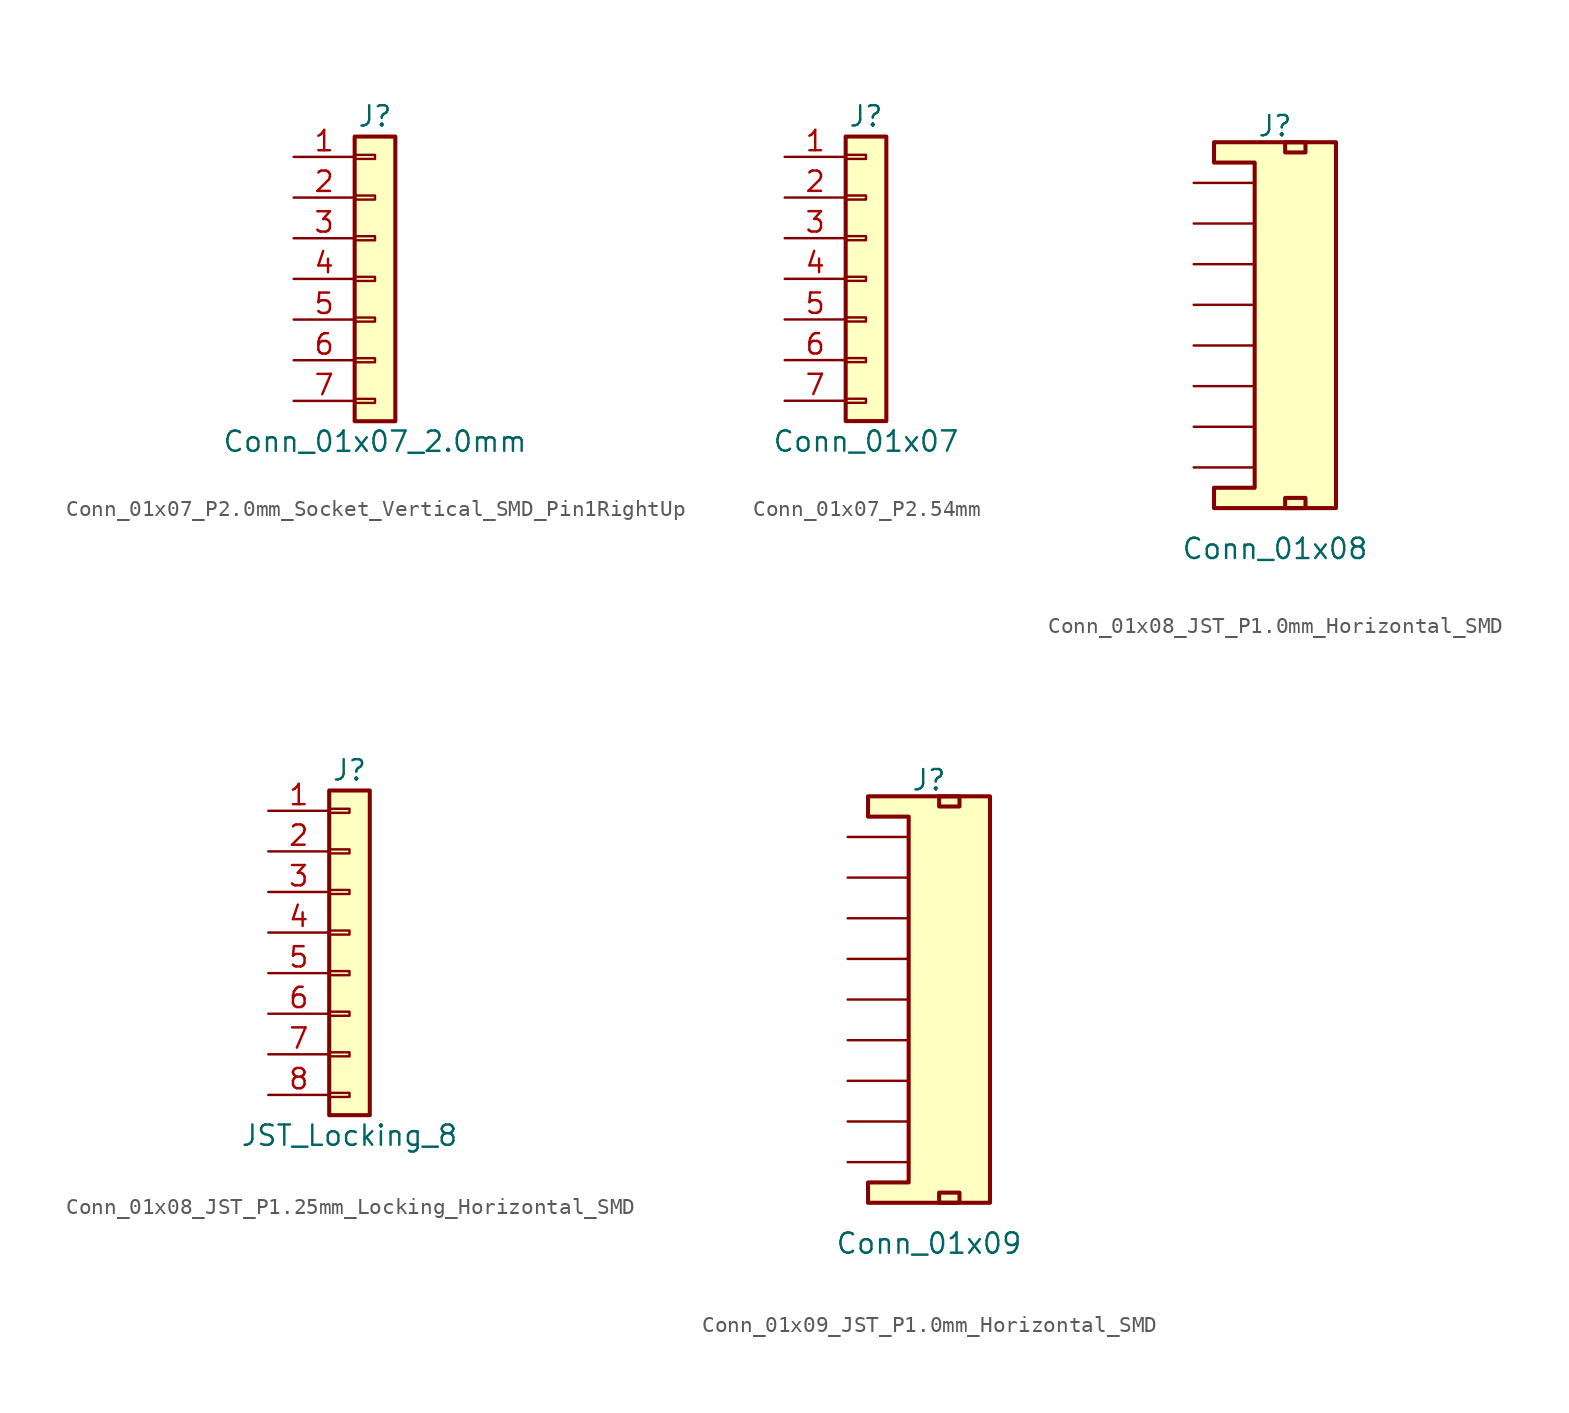
<source format=kicad_sym>
(kicad_symbol_lib
  (version 20241209)
  (generator "kicad_symbol_editor")
  (generator_version "9.0")
  (symbol "Conn_01x07_P2.0mm_Socket_Vertical_SMD_Pin1RightUp"
    (pin_names
      (offset 1.016)
      (hide yes))
    (property "Reference" "J"
      (at 0 10.16 0)
      (effects (font (size 1.27 1.27))))
    (property "Value" "Conn_01x07_2.0mm"
      (at 0 -10.16 0)
      (effects (font (size 1.27 1.27))))
    (symbol "Conn_01x07_P2.0mm_Socket_Vertical_SMD_Pin1RightUp_1_1"
      (rectangle (start -1.27 8.89) (end 1.27 -8.89) (stroke (width 0.254) (type default)) (fill (type background)))
      (rectangle (start -1.27 7.747) (end 0 7.493) (stroke (width 0.152) (type default)) (fill (type none)))
      (rectangle (start -1.27 5.207) (end 0 4.953) (stroke (width 0.152) (type default)) (fill (type none)))
      (rectangle (start -1.27 2.667) (end 0 2.413) (stroke (width 0.152) (type default)) (fill (type none)))
      (rectangle (start -1.27 0.127) (end 0 -0.127) (stroke (width 0.152) (type default)) (fill (type none)))
      (rectangle (start -1.27 -2.413) (end 0 -2.667) (stroke (width 0.152) (type default)) (fill (type none)))
      (rectangle (start -1.27 -4.953) (end 0 -5.207) (stroke (width 0.152) (type default)) (fill (type none)))
      (rectangle (start -1.27 -7.493) (end 0 -7.747) (stroke (width 0.152) (type default)) (fill (type none)))
      (pin passive line (at -5.08 7.62 0) (length 3.81) (name "Pin_1" (effects (font (size 1.27 1.27)))) (number "1" (effects (font (size 1.27 1.27)))))
      (pin passive line (at -5.08 5.08 0) (length 3.81) (name "Pin_2" (effects (font (size 1.27 1.27)))) (number "2" (effects (font (size 1.27 1.27)))))
      (pin passive line (at -5.08 2.54 0) (length 3.81) (name "Pin_3" (effects (font (size 1.27 1.27)))) (number "3" (effects (font (size 1.27 1.27)))))
      (pin passive line (at -5.08 0 0) (length 3.81) (name "Pin_4" (effects (font (size 1.27 1.27)))) (number "4" (effects (font (size 1.27 1.27)))))
      (pin passive line (at -5.08 -2.54 0) (length 3.81) (name "Pin_5" (effects (font (size 1.27 1.27)))) (number "5" (effects (font (size 1.27 1.27)))))
      (pin passive line (at -5.08 -5.08 0) (length 3.81) (name "Pin_6" (effects (font (size 1.27 1.27)))) (number "6" (effects (font (size 1.27 1.27)))))
      (pin passive line (at -5.08 -7.62 0) (length 3.81) (name "Pin_7" (effects (font (size 1.27 1.27)))) (number "7" (effects (font (size 1.27 1.27)))))))
  (symbol "Conn_01x07_P2.54mm"
    (pin_names
      (offset 1.016)
      (hide yes))
    (property "Reference" "J"
      (at 0 10.16 0)
      (effects (font (size 1.27 1.27))))
    (property "Value" "Conn_01x07"
      (at 0 -10.16 0)
      (effects (font (size 1.27 1.27))))
    (symbol "Conn_01x07_P2.54mm_1_1"
      (rectangle (start -1.27 8.89) (end 1.27 -8.89) (stroke (width 0.254) (type default)) (fill (type background)))
      (rectangle (start -1.27 7.747) (end 0 7.493) (stroke (width 0.152) (type default)) (fill (type none)))
      (rectangle (start -1.27 5.207) (end 0 4.953) (stroke (width 0.152) (type default)) (fill (type none)))
      (rectangle (start -1.27 2.667) (end 0 2.413) (stroke (width 0.152) (type default)) (fill (type none)))
      (rectangle (start -1.27 0.127) (end 0 -0.127) (stroke (width 0.152) (type default)) (fill (type none)))
      (rectangle (start -1.27 -2.413) (end 0 -2.667) (stroke (width 0.152) (type default)) (fill (type none)))
      (rectangle (start -1.27 -4.953) (end 0 -5.207) (stroke (width 0.152) (type default)) (fill (type none)))
      (rectangle (start -1.27 -7.493) (end 0 -7.747) (stroke (width 0.152) (type default)) (fill (type none)))
      (pin passive line (at -5.08 7.62 0) (length 3.81) (name "Pin_1" (effects (font (size 1.27 1.27)))) (number "1" (effects (font (size 1.27 1.27)))))
      (pin passive line (at -5.08 5.08 0) (length 3.81) (name "Pin_2" (effects (font (size 1.27 1.27)))) (number "2" (effects (font (size 1.27 1.27)))))
      (pin passive line (at -5.08 2.54 0) (length 3.81) (name "Pin_3" (effects (font (size 1.27 1.27)))) (number "3" (effects (font (size 1.27 1.27)))))
      (pin passive line (at -5.08 0 0) (length 3.81) (name "Pin_4" (effects (font (size 1.27 1.27)))) (number "4" (effects (font (size 1.27 1.27)))))
      (pin passive line (at -5.08 -2.54 0) (length 3.81) (name "Pin_5" (effects (font (size 1.27 1.27)))) (number "5" (effects (font (size 1.27 1.27)))))
      (pin passive line (at -5.08 -5.08 0) (length 3.81) (name "Pin_6" (effects (font (size 1.27 1.27)))) (number "6" (effects (font (size 1.27 1.27)))))
      (pin passive line (at -5.08 -7.62 0) (length 3.81) (name "Pin_7" (effects (font (size 1.27 1.27)))) (number "7" (effects (font (size 1.27 1.27)))))))
  (symbol "Conn_01x08_JST_P1.0mm_Horizontal_SMD"
    (pin_numbers
      (hide yes))
    (pin_names
      (offset 1.016)
      (hide yes))
    (property "Reference" "J"
      (at 0 11.176 0)
      (effects (font (size 1.27 1.27))))
    (property "Value" "Conn_01x08"
      (at 0 -15.24 0)
      (effects (font (size 1.27 1.27))))
    (symbol "Conn_01x08_JST_P1.0mm_Horizontal_SMD_1_1"
      (polyline (pts (xy -1.27 8.89) (xy -3.81 8.89) (xy -3.81 10.16) (xy 3.81 10.16) (xy 3.81 -12.7) (xy -3.81 -12.7) (xy -3.81 -11.43) (xy -1.27 -11.43) (xy -1.27 8.89)) (stroke (width 0.254) (type default)) (fill (type background)))
      (rectangle (start 0.635 10.16) (end 1.905 9.525) (stroke (width 0.254) (type default)) (fill (type none)))
      (rectangle (start 0.635 -12.065) (end 1.905 -12.7) (stroke (width 0.254) (type default)) (fill (type none)))
      (pin passive line (at -5.08 7.62 0) (length 3.81) (name "1" (effects (font (size 1.27 1.27)))) (number "1" (effects (font (size 1.27 1.27)))))
      (pin passive line (at -5.08 5.08 0) (length 3.81) (name "2" (effects (font (size 1.27 1.27)))) (number "2" (effects (font (size 1.27 1.27)))))
      (pin passive line (at -5.08 2.54 0) (length 3.81) (name "3" (effects (font (size 1.27 1.27)))) (number "3" (effects (font (size 1.27 1.27)))))
      (pin passive line (at -5.08 0 0) (length 3.81) (name "4" (effects (font (size 1.27 1.27)))) (number "4" (effects (font (size 1.27 1.27)))))
      (pin passive line (at -5.08 -2.54 0) (length 3.81) (name "5" (effects (font (size 1.27 1.27)))) (number "5" (effects (font (size 1.27 1.27)))))
      (pin passive line (at -5.08 -5.08 0) (length 3.81) (name "6" (effects (font (size 1.27 1.27)))) (number "6" (effects (font (size 1.27 1.27)))))
      (pin passive line (at -5.08 -7.62 0) (length 3.81) (name "7" (effects (font (size 1.27 1.27)))) (number "7" (effects (font (size 1.27 1.27)))))
      (pin passive line (at -5.08 -10.16 0) (length 3.81) (name "8" (effects (font (size 1.27 1.27)))) (number "8" (effects (font (size 1.27 1.27)))))))
  (symbol "Conn_01x08_JST_P1.25mm_Locking_Horizontal_SMD"
    (pin_names
      (offset 1.016)
      (hide yes))
    (property "Reference" "J"
      (at 0 10.16 0)
      (effects (font (size 1.27 1.27))))
    (property "Value" "JST_Locking_8"
      (at 0 -12.7 0)
      (effects (font (size 1.27 1.27))))
    (symbol "Conn_01x08_JST_P1.25mm_Locking_Horizontal_SMD_1_1"
      (rectangle (start -1.27 8.89) (end 1.27 -11.43) (stroke (width 0.254) (type default)) (fill (type background)))
      (rectangle (start -1.27 7.747) (end 0 7.493) (stroke (width 0.152) (type default)) (fill (type none)))
      (rectangle (start -1.27 5.207) (end 0 4.953) (stroke (width 0.152) (type default)) (fill (type none)))
      (rectangle (start -1.27 2.667) (end 0 2.413) (stroke (width 0.152) (type default)) (fill (type none)))
      (rectangle (start -1.27 0.127) (end 0 -0.127) (stroke (width 0.152) (type default)) (fill (type none)))
      (rectangle (start -1.27 -2.413) (end 0 -2.667) (stroke (width 0.152) (type default)) (fill (type none)))
      (rectangle (start -1.27 -4.953) (end 0 -5.207) (stroke (width 0.152) (type default)) (fill (type none)))
      (rectangle (start -1.27 -7.493) (end 0 -7.747) (stroke (width 0.152) (type default)) (fill (type none)))
      (rectangle (start -1.27 -10.033) (end 0 -10.287) (stroke (width 0.152) (type default)) (fill (type none)))
      (pin passive line (at -5.08 7.62 0) (length 3.81) (name "Pin_1" (effects (font (size 1.27 1.27)))) (number "1" (effects (font (size 1.27 1.27)))))
      (pin passive line (at -5.08 5.08 0) (length 3.81) (name "Pin_2" (effects (font (size 1.27 1.27)))) (number "2" (effects (font (size 1.27 1.27)))))
      (pin passive line (at -5.08 2.54 0) (length 3.81) (name "Pin_3" (effects (font (size 1.27 1.27)))) (number "3" (effects (font (size 1.27 1.27)))))
      (pin passive line (at -5.08 0 0) (length 3.81) (name "Pin_4" (effects (font (size 1.27 1.27)))) (number "4" (effects (font (size 1.27 1.27)))))
      (pin passive line (at -5.08 -2.54 0) (length 3.81) (name "Pin_5" (effects (font (size 1.27 1.27)))) (number "5" (effects (font (size 1.27 1.27)))))
      (pin passive line (at -5.08 -5.08 0) (length 3.81) (name "Pin_6" (effects (font (size 1.27 1.27)))) (number "6" (effects (font (size 1.27 1.27)))))
      (pin passive line (at -5.08 -7.62 0) (length 3.81) (name "Pin_7" (effects (font (size 1.27 1.27)))) (number "7" (effects (font (size 1.27 1.27)))))
      (pin passive line (at -5.08 -10.16 0) (length 3.81) (name "Pin_8" (effects (font (size 1.27 1.27)))) (number "8" (effects (font (size 1.27 1.27)))))
      (pin no_connect line (at 3.81 -11.43 90) (length 5.08) (hide yes) (name "NC" (effects (font (size 1.27 1.27)))) (number "NC2" (effects (font (size 1.27 1.27)))))
      (pin no_connect line (at 6.35 -11.43 90) (length 5.08) (hide yes) (name "NC" (effects (font (size 1.27 1.27)))) (number "NC1" (effects (font (size 1.27 1.27)))))))
  (symbol "Conn_01x09_JST_P1.0mm_Horizontal_SMD"
    (pin_numbers
      (hide yes))
    (pin_names
      (offset 1.016)
      (hide yes))
    (property "Reference" "J"
      (at 0 13.716 0)
      (effects (font (size 1.27 1.27))))
    (property "Value" "Conn_01x09"
      (at 0 -15.24 0)
      (effects (font (size 1.27 1.27))))
    (symbol "Conn_01x09_JST_P1.0mm_Horizontal_SMD_1_1"
      (polyline (pts (xy -1.27 11.43) (xy -3.81 11.43) (xy -3.81 12.7) (xy 3.81 12.7) (xy 3.81 -12.7) (xy -3.81 -12.7) (xy -3.81 -11.43) (xy -1.27 -11.43) (xy -1.27 11.43)) (stroke (width 0.254) (type default)) (fill (type background)))
      (rectangle (start 0.635 12.7) (end 1.905 12.065) (stroke (width 0.254) (type default)) (fill (type none)))
      (rectangle (start 0.635 -12.065) (end 1.905 -12.7) (stroke (width 0.254) (type default)) (fill (type none)))
      (pin passive line (at -5.08 10.16 0) (length 3.81) (name "1" (effects (font (size 1.27 1.27)))) (number "1" (effects (font (size 1.27 1.27)))))
      (pin passive line (at -5.08 7.62 0) (length 3.81) (name "2" (effects (font (size 1.27 1.27)))) (number "2" (effects (font (size 1.27 1.27)))))
      (pin passive line (at -5.08 5.08 0) (length 3.81) (name "3" (effects (font (size 1.27 1.27)))) (number "3" (effects (font (size 1.27 1.27)))))
      (pin passive line (at -5.08 2.54 0) (length 3.81) (name "4" (effects (font (size 1.27 1.27)))) (number "4" (effects (font (size 1.27 1.27)))))
      (pin passive line (at -5.08 0 0) (length 3.81) (name "5" (effects (font (size 1.27 1.27)))) (number "5" (effects (font (size 1.27 1.27)))))
      (pin passive line (at -5.08 -2.54 0) (length 3.81) (name "6" (effects (font (size 1.27 1.27)))) (number "6" (effects (font (size 1.27 1.27)))))
      (pin passive line (at -5.08 -5.08 0) (length 3.81) (name "7" (effects (font (size 1.27 1.27)))) (number "7" (effects (font (size 1.27 1.27)))))
      (pin passive line (at -5.08 -7.62 0) (length 3.81) (name "8" (effects (font (size 1.27 1.27)))) (number "8" (effects (font (size 1.27 1.27)))))
      (pin passive line (at -5.08 -10.16 0) (length 3.81) (name "9" (effects (font (size 1.27 1.27)))) (number "9" (effects (font (size 1.27 1.27))))))))
</source>
